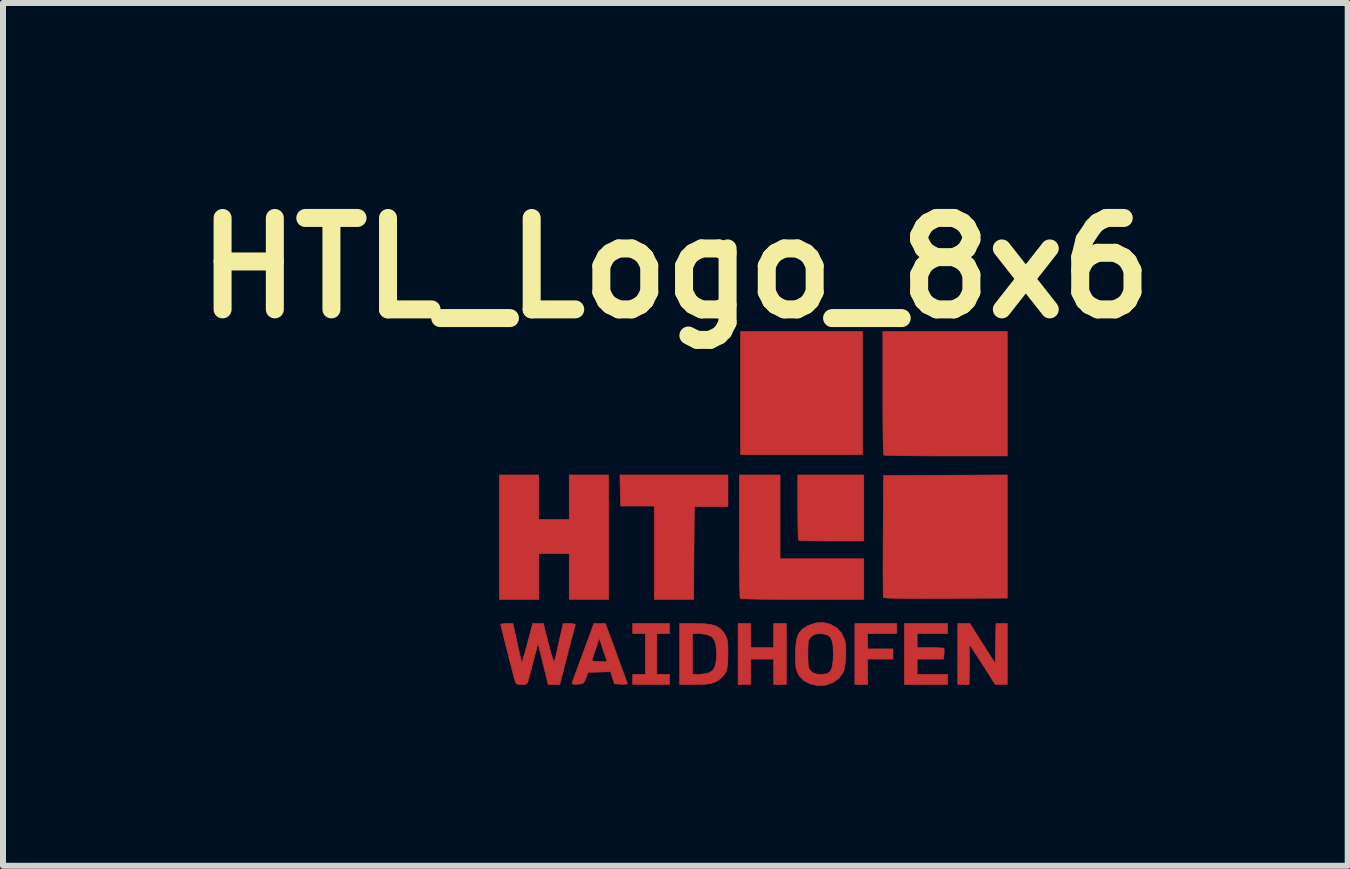
<source format=kicad_pcb>
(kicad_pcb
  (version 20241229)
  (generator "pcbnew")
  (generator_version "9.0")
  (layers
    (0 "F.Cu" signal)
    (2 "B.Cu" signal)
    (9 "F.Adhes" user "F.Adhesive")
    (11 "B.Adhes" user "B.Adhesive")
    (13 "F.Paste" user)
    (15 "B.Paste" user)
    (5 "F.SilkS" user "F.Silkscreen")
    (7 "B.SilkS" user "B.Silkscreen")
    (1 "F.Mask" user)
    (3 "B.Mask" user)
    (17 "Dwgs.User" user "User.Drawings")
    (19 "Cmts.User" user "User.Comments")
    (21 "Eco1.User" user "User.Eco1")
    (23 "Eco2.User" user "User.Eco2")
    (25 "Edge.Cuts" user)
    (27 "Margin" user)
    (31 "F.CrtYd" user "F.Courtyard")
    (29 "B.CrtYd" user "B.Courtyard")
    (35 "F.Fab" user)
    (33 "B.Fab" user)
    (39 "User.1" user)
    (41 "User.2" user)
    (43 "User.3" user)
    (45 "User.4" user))
  (footprint "HTL_Logo_8x6"
    (layer "F.Cu")
    (at 9.508 5.418)
    (property "Reference" "HTL_Logo_8x6" (at -1.3 -4 0) (layer "F.SilkS") (effects (font (size 1.524 1.524) (thickness 0.3))))
    (attr through_hole)
    (fp_poly (pts (xy 1.82 -0.889) (xy -0.212 -0.889) (xy -0.212 -2.942) (xy 1.82 -2.942) (xy 1.82 -0.889)) (stroke (width 0.01) (type solid)) (fill yes) (layer "F.Cu"))
    (fp_poly (pts (xy 2.392 2.095) (xy 1.905 2.095) (xy 1.905 2.349) (xy 2.328 2.349) (xy 2.328 2.519) (xy 1.905 2.519) (xy 1.905 2.942) (xy 1.693 2.942) (xy 1.693 1.926) (xy 2.392 1.926) (xy 2.392 2.095)) (stroke (width 0.01) (type solid)) (fill yes) (layer "F.Cu"))
    (fp_poly (pts (xy -0.423 -0.023) (xy -0.704 -0.024) (xy -0.984 -0.024) (xy -0.99 0.75) (xy -0.995 1.524) (xy -1.651 1.524) (xy -1.651 -0.032) (xy -2.212 -0.032) (xy -2.218 -0.291) (xy -2.224 -0.55) (xy -0.423 -0.55) (xy -0.423 -0.023)) (stroke (width 0.01) (type solid)) (fill yes) (layer "F.Cu"))
    (fp_poly (pts (xy -3.577 0.191) (xy -3.069 0.191) (xy -3.069 -0.55) (xy -2.413 -0.55) (xy -2.413 1.524) (xy -3.069 1.524) (xy -3.069 0.762) (xy -3.577 0.762) (xy -3.577 1.524) (xy -4.233 1.524) (xy -4.233 -0.55) (xy -3.577 -0.55) (xy -3.577 0.191)) (stroke (width 0.01) (type solid)) (fill yes) (layer "F.Cu"))
    (fp_poly (pts (xy -1.397 2.095) (xy -1.609 2.095) (xy -1.609 2.773) (xy -1.397 2.773) (xy -1.397 2.942) (xy -2.011 2.942) (xy -2.011 2.773) (xy -1.799 2.773) (xy -1.799 2.095) (xy -2.011 2.095) (xy -2.011 1.926) (xy -1.397 1.926) (xy -1.397 2.095)) (stroke (width 0.01) (type solid)) (fill yes) (layer "F.Cu"))
    (fp_poly (pts (xy -0.042 2.328) (xy 0.339 2.328) (xy 0.339 1.926) (xy 0.55 1.926) (xy 0.55 2.942) (xy 0.339 2.942) (xy 0.339 2.519) (xy -0.042 2.519) (xy -0.042 2.942) (xy -0.254 2.942) (xy -0.254 1.926) (xy -0.042 1.926) (xy -0.042 2.328)) (stroke (width 0.01) (type solid)) (fill yes) (layer "F.Cu"))
    (fp_poly (pts (xy 1.841 0.55) (xy 1.305 0.55) (xy 1.159 0.55) (xy 1.026 0.548) (xy 0.914 0.546) (xy 0.827 0.543) (xy 0.772 0.539) (xy 0.755 0.536) (xy 0.751 0.512) (xy 0.748 0.451) (xy 0.745 0.36) (xy 0.743 0.244) (xy 0.741 0.109) (xy 0.741 -0.014) (xy 0.741 -0.55) (xy 1.841 -0.55) (xy 1.841 0.55)) (stroke (width 0.01) (type solid)) (fill yes) (layer "F.Cu"))
    (fp_poly (pts (xy 3.239 2.095) (xy 2.731 2.095) (xy 2.731 2.328) (xy 2.949 2.328) (xy 3.041 2.329) (xy 3.116 2.332) (xy 3.164 2.335) (xy 3.177 2.338) (xy 3.182 2.363) (xy 3.18 2.414) (xy 3.179 2.433) (xy 3.171 2.519) (xy 2.731 2.519) (xy 2.731 2.773) (xy 3.239 2.773) (xy 3.239 2.942) (xy 2.519 2.942) (xy 2.519 1.926) (xy 3.239 1.926) (xy 3.239 2.095)) (stroke (width 0.01) (type solid)) (fill yes) (layer "F.Cu"))
    (fp_poly (pts (xy 4.233 1.502) (xy 3.204 1.508) (xy 2.939 1.509) (xy 2.711 1.509) (xy 2.522 1.508) (xy 2.372 1.505) (xy 2.263 1.502) (xy 2.194 1.498) (xy 2.167 1.493) (xy 2.167 1.492) (xy 2.165 1.467) (xy 2.164 1.404) (xy 2.163 1.308) (xy 2.163 1.181) (xy 2.162 1.029) (xy 2.163 0.856) (xy 2.163 0.666) (xy 2.164 0.466) (xy 2.17 -0.54) (xy 4.233 -0.551) (xy 4.233 1.502)) (stroke (width 0.01) (type solid)) (fill yes) (layer "F.Cu"))
    (fp_poly (pts (xy 4.233 -0.868) (xy 3.21 -0.868) (xy 3.006 -0.868) (xy 2.815 -0.869) (xy 2.641 -0.87) (xy 2.488 -0.872) (xy 2.361 -0.874) (xy 2.263 -0.876) (xy 2.199 -0.879) (xy 2.173 -0.882) (xy 2.173 -0.882) (xy 2.17 -0.905) (xy 2.168 -0.967) (xy 2.165 -1.062) (xy 2.163 -1.188) (xy 2.161 -1.339) (xy 2.16 -1.512) (xy 2.159 -1.702) (xy 2.159 -1.905) (xy 2.159 -1.919) (xy 2.159 -2.942) (xy 4.233 -2.942) (xy 4.233 -0.868)) (stroke (width 0.01) (type solid)) (fill yes) (layer "F.Cu"))
    (fp_poly (pts (xy 0.445 0.847) (xy 1.841 0.847) (xy 1.841 1.524) (xy 0.818 1.524) (xy 0.614 1.524) (xy 0.423 1.523) (xy 0.249 1.522) (xy 0.096 1.52) (xy -0.031 1.518) (xy -0.129 1.515) (xy -0.192 1.513) (xy -0.218 1.51) (xy -0.219 1.51) (xy -0.222 1.487) (xy -0.224 1.425) (xy -0.227 1.329) (xy -0.229 1.204) (xy -0.23 1.053) (xy -0.232 0.88) (xy -0.233 0.69) (xy -0.233 0.486) (xy -0.233 0.473) (xy -0.233 -0.55) (xy 0.445 -0.55) (xy 0.445 0.847)) (stroke (width 0.01) (type solid)) (fill yes) (layer "F.Cu"))
    (fp_poly (pts (xy 3.821 2.259) (xy 4.032 2.592) (xy 4.038 2.259) (xy 4.044 1.926) (xy 4.233 1.926) (xy 4.233 2.942) (xy 4.032 2.942) (xy 3.824 2.614) (xy 3.758 2.51) (xy 3.699 2.42) (xy 3.652 2.348) (xy 3.619 2.302) (xy 3.606 2.286) (xy 3.599 2.304) (xy 3.599 2.344) (xy 3.6 2.387) (xy 3.601 2.462) (xy 3.601 2.559) (xy 3.601 2.667) (xy 3.601 2.672) (xy 3.598 2.942) (xy 3.408 2.942) (xy 3.408 1.926) (xy 3.609 1.926) (xy 3.821 2.259)) (stroke (width 0.01) (type solid)) (fill yes) (layer "F.Cu"))
    (fp_poly (pts (xy -2.562 1.926) (xy -2.466 1.926) (xy -2.286 2.417) (xy -2.236 2.553) (xy -2.191 2.676) (xy -2.152 2.78) (xy -2.123 2.861) (xy -2.104 2.911) (xy -2.099 2.926) (xy -2.113 2.935) (xy -2.159 2.939) (xy -2.204 2.938) (xy -2.316 2.932) (xy -2.379 2.729) (xy -2.757 2.741) (xy -2.792 2.836) (xy -2.815 2.894) (xy -2.84 2.923) (xy -2.881 2.934) (xy -2.93 2.938) (xy -2.993 2.939) (xy -3.021 2.931) (xy -3.022 2.917) (xy -3.013 2.89) (xy -2.99 2.829) (xy -2.958 2.74) (xy -2.917 2.629) (xy -2.886 2.544) (xy -2.688 2.544) (xy -2.669 2.553) (xy -2.619 2.559) (xy -2.563 2.561) (xy -2.437 2.561) (xy -2.503 2.366) (xy -2.568 2.17) (xy -2.628 2.349) (xy -2.655 2.43) (xy -2.676 2.497) (xy -2.687 2.537) (xy -2.688 2.544) (xy -2.886 2.544) (xy -2.87 2.502) (xy -2.835 2.408) (xy -2.658 1.926) (xy -2.562 1.926)) (stroke (width 0.01) (type solid)) (fill yes) (layer "F.Cu"))
    (fp_poly (pts (xy -0.821 1.93) (xy -0.707 1.943) (xy -0.621 1.968) (xy -0.555 2.007) (xy -0.503 2.063) (xy -0.476 2.105) (xy -0.453 2.148) (xy -0.437 2.191) (xy -0.429 2.244) (xy -0.424 2.316) (xy -0.423 2.42) (xy -0.423 2.432) (xy -0.426 2.557) (xy -0.434 2.65) (xy -0.451 2.718) (xy -0.48 2.771) (xy -0.522 2.819) (xy -0.532 2.829) (xy -0.589 2.875) (xy -0.647 2.907) (xy -0.715 2.927) (xy -0.803 2.938) (xy -0.92 2.942) (xy -0.973 2.942) (xy -1.228 2.942) (xy -1.228 2.095) (xy -1.016 2.095) (xy -1.016 2.773) (xy -0.909 2.773) (xy -0.83 2.767) (xy -0.755 2.751) (xy -0.732 2.743) (xy -0.679 2.709) (xy -0.644 2.656) (xy -0.623 2.575) (xy -0.614 2.462) (xy -0.614 2.419) (xy -0.622 2.294) (xy -0.648 2.203) (xy -0.698 2.143) (xy -0.775 2.109) (xy -0.883 2.096) (xy -0.913 2.095) (xy -1.016 2.095) (xy -1.228 2.095) (xy -1.228 1.926) (xy -0.97 1.926) (xy -0.821 1.93)) (stroke (width 0.01) (type solid)) (fill yes) (layer "F.Cu"))
    (fp_poly (pts (xy 1.286 1.938) (xy 1.389 1.997) (xy 1.471 2.086) (xy 1.524 2.2) (xy 1.526 2.208) (xy 1.538 2.283) (xy 1.542 2.381) (xy 1.54 2.489) (xy 1.531 2.594) (xy 1.516 2.683) (xy 1.497 2.741) (xy 1.423 2.841) (xy 1.322 2.913) (xy 1.203 2.954) (xy 1.074 2.96) (xy 0.945 2.932) (xy 0.841 2.876) (xy 0.762 2.795) (xy 0.717 2.7) (xy 0.708 2.642) (xy 0.702 2.556) (xy 0.701 2.455) (xy 0.701 2.434) (xy 0.91 2.434) (xy 0.911 2.538) (xy 0.914 2.608) (xy 0.92 2.654) (xy 0.933 2.686) (xy 0.952 2.711) (xy 0.962 2.721) (xy 1.013 2.758) (xy 1.078 2.772) (xy 1.109 2.773) (xy 1.175 2.77) (xy 1.226 2.763) (xy 1.237 2.76) (xy 1.282 2.724) (xy 1.312 2.656) (xy 1.329 2.553) (xy 1.333 2.434) (xy 1.329 2.305) (xy 1.312 2.212) (xy 1.281 2.15) (xy 1.23 2.114) (xy 1.158 2.098) (xy 1.116 2.096) (xy 1.042 2.101) (xy 0.991 2.123) (xy 0.962 2.147) (xy 0.939 2.173) (xy 0.924 2.201) (xy 0.916 2.24) (xy 0.911 2.3) (xy 0.91 2.39) (xy 0.91 2.434) (xy 0.701 2.434) (xy 0.702 2.392) (xy 0.711 2.257) (xy 0.73 2.156) (xy 0.763 2.081) (xy 0.814 2.023) (xy 0.887 1.974) (xy 0.915 1.959) (xy 1.043 1.916) (xy 1.169 1.91) (xy 1.286 1.938)) (stroke (width 0.01) (type solid)) (fill yes) (layer "F.Cu"))
    (fp_poly (pts (xy -3.936 2.253) (xy -3.911 2.363) (xy -3.889 2.457) (xy -3.872 2.527) (xy -3.86 2.567) (xy -3.857 2.573) (xy -3.848 2.549) (xy -3.829 2.487) (xy -3.802 2.39) (xy -3.767 2.261) (xy -3.725 2.103) (xy -3.724 2.101) (xy -3.678 1.926) (xy -3.501 1.926) (xy -3.418 2.253) (xy -3.389 2.363) (xy -3.363 2.455) (xy -3.341 2.523) (xy -3.327 2.561) (xy -3.322 2.566) (xy -3.311 2.538) (xy -3.295 2.483) (xy -3.284 2.434) (xy -3.268 2.359) (xy -3.246 2.26) (xy -3.222 2.155) (xy -3.214 2.122) (xy -3.17 1.926) (xy -3.064 1.926) (xy -2.998 1.93) (xy -2.97 1.941) (xy -2.969 1.953) (xy -2.976 1.98) (xy -2.993 2.042) (xy -3.017 2.133) (xy -3.047 2.247) (xy -3.081 2.377) (xy -3.103 2.461) (xy -3.227 2.942) (xy -3.42 2.942) (xy -3.504 2.599) (xy -3.589 2.256) (xy -3.659 2.52) (xy -3.687 2.627) (xy -3.713 2.728) (xy -3.735 2.81) (xy -3.748 2.862) (xy -3.749 2.863) (xy -3.764 2.912) (xy -3.786 2.935) (xy -3.829 2.942) (xy -3.863 2.942) (xy -3.922 2.94) (xy -3.952 2.926) (xy -3.97 2.891) (xy -3.978 2.863) (xy -4 2.779) (xy -4.027 2.675) (xy -4.058 2.558) (xy -4.089 2.434) (xy -4.121 2.31) (xy -4.15 2.194) (xy -4.176 2.092) (xy -4.196 2.011) (xy -4.208 1.959) (xy -4.212 1.942) (xy -4.193 1.933) (xy -4.145 1.927) (xy -4.11 1.926) (xy -4.008 1.926) (xy -3.936 2.253)) (stroke (width 0.01) (type solid)) (fill yes) (layer "F.Cu"))
    (fp_poly (pts (xy 1.82 -0.889) (xy -0.212 -0.889) (xy -0.212 -2.942) (xy 1.82 -2.942) (xy 1.82 -0.889)) (stroke (width 0.01) (type solid)) (fill yes) (layer "F.Mask"))
    (fp_poly (pts (xy 2.392 2.095) (xy 1.905 2.095) (xy 1.905 2.349) (xy 2.328 2.349) (xy 2.328 2.519) (xy 1.905 2.519) (xy 1.905 2.942) (xy 1.693 2.942) (xy 1.693 1.926) (xy 2.392 1.926) (xy 2.392 2.095)) (stroke (width 0.01) (type solid)) (fill yes) (layer "F.Mask"))
    (fp_poly (pts (xy -0.423 -0.023) (xy -0.704 -0.024) (xy -0.984 -0.024) (xy -0.99 0.75) (xy -0.995 1.524) (xy -1.651 1.524) (xy -1.651 -0.032) (xy -2.212 -0.032) (xy -2.218 -0.291) (xy -2.224 -0.55) (xy -0.423 -0.55) (xy -0.423 -0.023)) (stroke (width 0.01) (type solid)) (fill yes) (layer "F.Mask"))
    (fp_poly (pts (xy -3.577 0.191) (xy -3.069 0.191) (xy -3.069 -0.55) (xy -2.413 -0.55) (xy -2.413 1.524) (xy -3.069 1.524) (xy -3.069 0.762) (xy -3.577 0.762) (xy -3.577 1.524) (xy -4.233 1.524) (xy -4.233 -0.55) (xy -3.577 -0.55) (xy -3.577 0.191)) (stroke (width 0.01) (type solid)) (fill yes) (layer "F.Mask"))
    (fp_poly (pts (xy -1.397 2.095) (xy -1.609 2.095) (xy -1.609 2.773) (xy -1.397 2.773) (xy -1.397 2.942) (xy -2.011 2.942) (xy -2.011 2.773) (xy -1.799 2.773) (xy -1.799 2.095) (xy -2.011 2.095) (xy -2.011 1.926) (xy -1.397 1.926) (xy -1.397 2.095)) (stroke (width 0.01) (type solid)) (fill yes) (layer "F.Mask"))
    (fp_poly (pts (xy -0.042 2.328) (xy 0.339 2.328) (xy 0.339 1.926) (xy 0.55 1.926) (xy 0.55 2.942) (xy 0.339 2.942) (xy 0.339 2.519) (xy -0.042 2.519) (xy -0.042 2.942) (xy -0.254 2.942) (xy -0.254 1.926) (xy -0.042 1.926) (xy -0.042 2.328)) (stroke (width 0.01) (type solid)) (fill yes) (layer "F.Mask"))
    (fp_poly (pts (xy 1.841 0.55) (xy 1.305 0.55) (xy 1.159 0.55) (xy 1.026 0.548) (xy 0.914 0.546) (xy 0.827 0.543) (xy 0.772 0.539) (xy 0.755 0.536) (xy 0.751 0.512) (xy 0.748 0.451) (xy 0.745 0.36) (xy 0.743 0.244) (xy 0.741 0.109) (xy 0.741 -0.014) (xy 0.741 -0.55) (xy 1.841 -0.55) (xy 1.841 0.55)) (stroke (width 0.01) (type solid)) (fill yes) (layer "F.Mask"))
    (fp_poly (pts (xy 3.239 2.095) (xy 2.731 2.095) (xy 2.731 2.328) (xy 2.949 2.328) (xy 3.041 2.329) (xy 3.116 2.332) (xy 3.164 2.335) (xy 3.177 2.338) (xy 3.182 2.363) (xy 3.18 2.414) (xy 3.179 2.433) (xy 3.171 2.519) (xy 2.731 2.519) (xy 2.731 2.773) (xy 3.239 2.773) (xy 3.239 2.942) (xy 2.519 2.942) (xy 2.519 1.926) (xy 3.239 1.926) (xy 3.239 2.095)) (stroke (width 0.01) (type solid)) (fill yes) (layer "F.Mask"))
    (fp_poly (pts (xy 4.233 1.502) (xy 3.204 1.508) (xy 2.939 1.509) (xy 2.711 1.509) (xy 2.522 1.508) (xy 2.372 1.505) (xy 2.263 1.502) (xy 2.194 1.498) (xy 2.167 1.493) (xy 2.167 1.492) (xy 2.165 1.467) (xy 2.164 1.404) (xy 2.163 1.308) (xy 2.163 1.181) (xy 2.162 1.029) (xy 2.163 0.856) (xy 2.163 0.666) (xy 2.164 0.466) (xy 2.17 -0.54) (xy 4.233 -0.551) (xy 4.233 1.502)) (stroke (width 0.01) (type solid)) (fill yes) (layer "F.Mask"))
    (fp_poly (pts (xy 4.233 -0.868) (xy 3.21 -0.868) (xy 3.006 -0.868) (xy 2.815 -0.869) (xy 2.641 -0.87) (xy 2.488 -0.872) (xy 2.361 -0.874) (xy 2.263 -0.876) (xy 2.199 -0.879) (xy 2.173 -0.882) (xy 2.173 -0.882) (xy 2.17 -0.905) (xy 2.168 -0.967) (xy 2.165 -1.062) (xy 2.163 -1.188) (xy 2.161 -1.339) (xy 2.16 -1.512) (xy 2.159 -1.702) (xy 2.159 -1.905) (xy 2.159 -1.919) (xy 2.159 -2.942) (xy 4.233 -2.942) (xy 4.233 -0.868)) (stroke (width 0.01) (type solid)) (fill yes) (layer "F.Mask"))
    (fp_poly (pts (xy 0.445 0.847) (xy 1.841 0.847) (xy 1.841 1.524) (xy 0.818 1.524) (xy 0.614 1.524) (xy 0.423 1.523) (xy 0.249 1.522) (xy 0.096 1.52) (xy -0.031 1.518) (xy -0.129 1.515) (xy -0.192 1.513) (xy -0.218 1.51) (xy -0.219 1.51) (xy -0.222 1.487) (xy -0.224 1.425) (xy -0.227 1.329) (xy -0.229 1.204) (xy -0.23 1.053) (xy -0.232 0.88) (xy -0.233 0.69) (xy -0.233 0.486) (xy -0.233 0.473) (xy -0.233 -0.55) (xy 0.445 -0.55) (xy 0.445 0.847)) (stroke (width 0.01) (type solid)) (fill yes) (layer "F.Mask"))
    (fp_poly (pts (xy 3.821 2.259) (xy 4.032 2.592) (xy 4.038 2.259) (xy 4.044 1.926) (xy 4.233 1.926) (xy 4.233 2.942) (xy 4.032 2.942) (xy 3.824 2.614) (xy 3.758 2.51) (xy 3.699 2.42) (xy 3.652 2.348) (xy 3.619 2.302) (xy 3.606 2.286) (xy 3.599 2.304) (xy 3.599 2.344) (xy 3.6 2.387) (xy 3.601 2.462) (xy 3.601 2.559) (xy 3.601 2.667) (xy 3.601 2.672) (xy 3.598 2.942) (xy 3.408 2.942) (xy 3.408 1.926) (xy 3.609 1.926) (xy 3.821 2.259)) (stroke (width 0.01) (type solid)) (fill yes) (layer "F.Mask"))
    (fp_poly (pts (xy -2.562 1.926) (xy -2.466 1.926) (xy -2.286 2.417) (xy -2.236 2.553) (xy -2.191 2.676) (xy -2.152 2.78) (xy -2.123 2.861) (xy -2.104 2.911) (xy -2.099 2.926) (xy -2.113 2.935) (xy -2.159 2.939) (xy -2.204 2.938) (xy -2.316 2.932) (xy -2.379 2.729) (xy -2.757 2.741) (xy -2.792 2.836) (xy -2.815 2.894) (xy -2.84 2.923) (xy -2.881 2.934) (xy -2.93 2.938) (xy -2.993 2.939) (xy -3.021 2.931) (xy -3.022 2.917) (xy -3.013 2.89) (xy -2.99 2.829) (xy -2.958 2.74) (xy -2.917 2.629) (xy -2.886 2.544) (xy -2.688 2.544) (xy -2.669 2.553) (xy -2.619 2.559) (xy -2.563 2.561) (xy -2.437 2.561) (xy -2.503 2.366) (xy -2.568 2.17) (xy -2.628 2.349) (xy -2.655 2.43) (xy -2.676 2.497) (xy -2.687 2.537) (xy -2.688 2.544) (xy -2.886 2.544) (xy -2.87 2.502) (xy -2.835 2.408) (xy -2.658 1.926) (xy -2.562 1.926)) (stroke (width 0.01) (type solid)) (fill yes) (layer "F.Mask"))
    (fp_poly (pts (xy -0.821 1.93) (xy -0.707 1.943) (xy -0.621 1.968) (xy -0.555 2.007) (xy -0.503 2.063) (xy -0.476 2.105) (xy -0.453 2.148) (xy -0.437 2.191) (xy -0.429 2.244) (xy -0.424 2.316) (xy -0.423 2.42) (xy -0.423 2.432) (xy -0.426 2.557) (xy -0.434 2.65) (xy -0.451 2.718) (xy -0.48 2.771) (xy -0.522 2.819) (xy -0.532 2.829) (xy -0.589 2.875) (xy -0.647 2.907) (xy -0.715 2.927) (xy -0.803 2.938) (xy -0.92 2.942) (xy -0.973 2.942) (xy -1.228 2.942) (xy -1.228 2.095) (xy -1.016 2.095) (xy -1.016 2.773) (xy -0.909 2.773) (xy -0.83 2.767) (xy -0.755 2.751) (xy -0.732 2.743) (xy -0.679 2.709) (xy -0.644 2.656) (xy -0.623 2.575) (xy -0.614 2.462) (xy -0.614 2.419) (xy -0.622 2.294) (xy -0.648 2.203) (xy -0.698 2.143) (xy -0.775 2.109) (xy -0.883 2.096) (xy -0.913 2.095) (xy -1.016 2.095) (xy -1.228 2.095) (xy -1.228 1.926) (xy -0.97 1.926) (xy -0.821 1.93)) (stroke (width 0.01) (type solid)) (fill yes) (layer "F.Mask"))
    (fp_poly (pts (xy 1.286 1.938) (xy 1.389 1.997) (xy 1.471 2.086) (xy 1.524 2.2) (xy 1.526 2.208) (xy 1.538 2.283) (xy 1.542 2.381) (xy 1.54 2.489) (xy 1.531 2.594) (xy 1.516 2.683) (xy 1.497 2.741) (xy 1.423 2.841) (xy 1.322 2.913) (xy 1.203 2.954) (xy 1.074 2.96) (xy 0.945 2.932) (xy 0.841 2.876) (xy 0.762 2.795) (xy 0.717 2.7) (xy 0.708 2.642) (xy 0.702 2.556) (xy 0.701 2.455) (xy 0.701 2.434) (xy 0.91 2.434) (xy 0.911 2.538) (xy 0.914 2.608) (xy 0.92 2.654) (xy 0.933 2.686) (xy 0.952 2.711) (xy 0.962 2.721) (xy 1.013 2.758) (xy 1.078 2.772) (xy 1.109 2.773) (xy 1.175 2.77) (xy 1.226 2.763) (xy 1.237 2.76) (xy 1.282 2.724) (xy 1.312 2.656) (xy 1.329 2.553) (xy 1.333 2.434) (xy 1.329 2.305) (xy 1.312 2.212) (xy 1.281 2.15) (xy 1.23 2.114) (xy 1.158 2.098) (xy 1.116 2.096) (xy 1.042 2.101) (xy 0.991 2.123) (xy 0.962 2.147) (xy 0.939 2.173) (xy 0.924 2.201) (xy 0.916 2.24) (xy 0.911 2.3) (xy 0.91 2.39) (xy 0.91 2.434) (xy 0.701 2.434) (xy 0.702 2.392) (xy 0.711 2.257) (xy 0.73 2.156) (xy 0.763 2.081) (xy 0.814 2.023) (xy 0.887 1.974) (xy 0.915 1.959) (xy 1.043 1.916) (xy 1.169 1.91) (xy 1.286 1.938)) (stroke (width 0.01) (type solid)) (fill yes) (layer "F.Mask"))
    (fp_poly (pts (xy -3.936 2.253) (xy -3.911 2.363) (xy -3.889 2.457) (xy -3.872 2.527) (xy -3.86 2.567) (xy -3.857 2.573) (xy -3.848 2.549) (xy -3.829 2.487) (xy -3.802 2.39) (xy -3.767 2.261) (xy -3.725 2.103) (xy -3.724 2.101) (xy -3.678 1.926) (xy -3.501 1.926) (xy -3.418 2.253) (xy -3.389 2.363) (xy -3.363 2.455) (xy -3.341 2.523) (xy -3.327 2.561) (xy -3.322 2.566) (xy -3.311 2.538) (xy -3.295 2.483) (xy -3.284 2.434) (xy -3.268 2.359) (xy -3.246 2.26) (xy -3.222 2.155) (xy -3.214 2.122) (xy -3.17 1.926) (xy -3.064 1.926) (xy -2.998 1.93) (xy -2.97 1.941) (xy -2.969 1.953) (xy -2.976 1.98) (xy -2.993 2.042) (xy -3.017 2.133) (xy -3.047 2.247) (xy -3.081 2.377) (xy -3.103 2.461) (xy -3.227 2.942) (xy -3.42 2.942) (xy -3.504 2.599) (xy -3.589 2.256) (xy -3.659 2.52) (xy -3.687 2.627) (xy -3.713 2.728) (xy -3.735 2.81) (xy -3.748 2.862) (xy -3.749 2.863) (xy -3.764 2.912) (xy -3.786 2.935) (xy -3.829 2.942) (xy -3.863 2.942) (xy -3.922 2.94) (xy -3.952 2.926) (xy -3.97 2.891) (xy -3.978 2.863) (xy -4 2.779) (xy -4.027 2.675) (xy -4.058 2.558) (xy -4.089 2.434) (xy -4.121 2.31) (xy -4.15 2.194) (xy -4.176 2.092) (xy -4.196 2.011) (xy -4.208 1.959) (xy -4.212 1.942) (xy -4.193 1.933) (xy -4.145 1.927) (xy -4.11 1.926) (xy -4.008 1.926) (xy -3.936 2.253)) (stroke (width 0.01) (type solid)) (fill yes) (layer "F.Mask")))
  (gr_rect
    (start -3 -3)
    (end 19.416 11.383)
    (stroke (width 0.1) (type default))
    (fill no)
    (layer "Edge.Cuts")))
</source>
